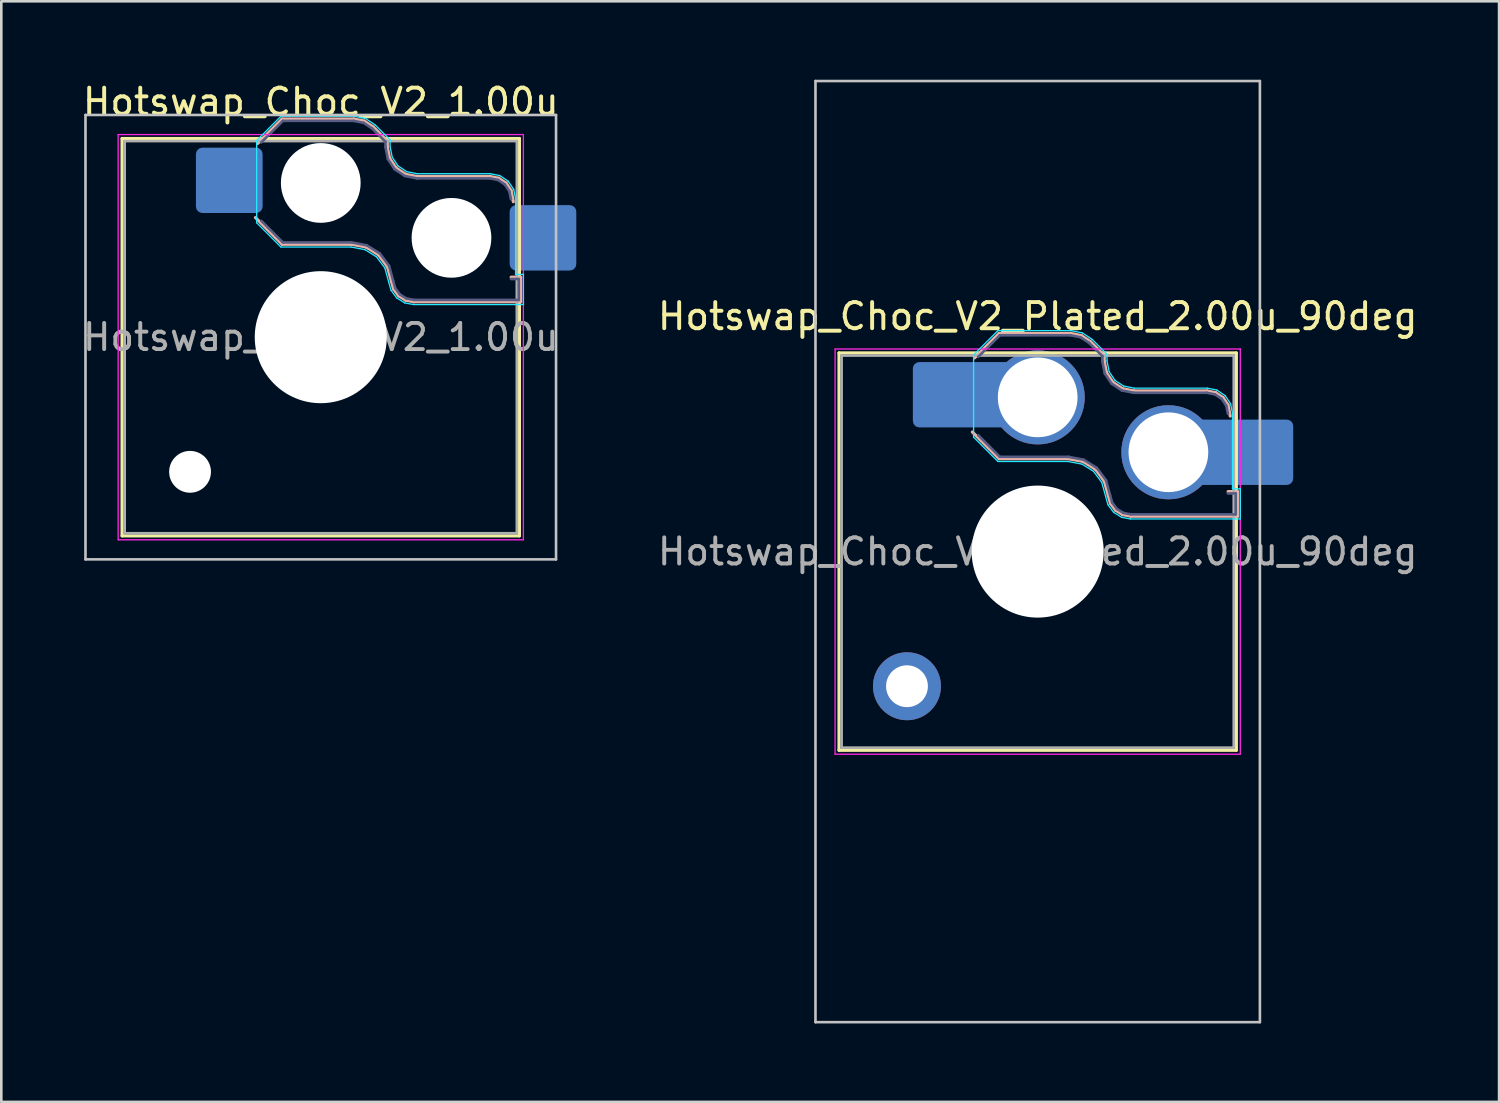
<source format=kicad_pcb>
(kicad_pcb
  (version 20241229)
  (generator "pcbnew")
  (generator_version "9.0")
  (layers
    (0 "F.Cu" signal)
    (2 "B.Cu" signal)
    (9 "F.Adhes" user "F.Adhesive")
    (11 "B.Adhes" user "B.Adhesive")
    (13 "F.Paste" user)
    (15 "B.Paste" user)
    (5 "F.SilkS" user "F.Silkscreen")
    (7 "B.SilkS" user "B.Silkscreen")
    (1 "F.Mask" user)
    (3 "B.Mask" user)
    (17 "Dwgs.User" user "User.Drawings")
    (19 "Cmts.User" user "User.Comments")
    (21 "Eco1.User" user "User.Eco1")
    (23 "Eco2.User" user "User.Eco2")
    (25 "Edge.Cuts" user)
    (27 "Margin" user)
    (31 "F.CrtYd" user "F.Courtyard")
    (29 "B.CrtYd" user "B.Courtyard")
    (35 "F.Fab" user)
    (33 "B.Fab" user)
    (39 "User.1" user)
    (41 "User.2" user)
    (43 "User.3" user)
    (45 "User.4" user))
  (footprint "Hotswap_Choc_V2_Plated_2.00u_90deg"
    (layer "F.Cu")
    (at 36.644 18.05)
    (property "Reference" "Hotswap_Choc_V2_Plated_2.00u_90deg" (at 0 -9 0) (layer "F.SilkS") (effects (font (size 1 1) (thickness 0.15))))
    (attr smd allow_soldermask_bridges)
    (fp_line (start -7.6 -7.6) (end -7.6 7.6) (stroke (width 0.12) (type solid)) (layer "F.SilkS"))
    (fp_line (start -7.6 7.6) (end 7.6 7.6) (stroke (width 0.12) (type solid)) (layer "F.SilkS"))
    (fp_line (start 7.6 -7.6) (end -7.6 -7.6) (stroke (width 0.12) (type solid)) (layer "F.SilkS"))
    (fp_line (start 7.6 7.6) (end 7.6 -7.6) (stroke (width 0.12) (type solid)) (layer "F.SilkS"))
    (fp_line (start -2.416 -7.409) (end -1.479 -8.346) (stroke (width 0.12) (type solid)) (layer "B.SilkS"))
    (fp_line (start -1.479 -8.346) (end 1.268 -8.346) (stroke (width 0.12) (type solid)) (layer "B.SilkS"))
    (fp_line (start -1.479 -3.554) (end -2.5 -4.575) (stroke (width 0.12) (type solid)) (layer "B.SilkS"))
    (fp_line (start 1.168 -3.554) (end -1.479 -3.554) (stroke (width 0.12) (type solid)) (layer "B.SilkS"))
    (fp_line (start 1.268 -8.346) (end 1.671 -8.266) (stroke (width 0.12) (type solid)) (layer "B.SilkS"))
    (fp_line (start 1.671 -8.266) (end 2.013 -8.037) (stroke (width 0.12) (type solid)) (layer "B.SilkS"))
    (fp_line (start 1.73 -3.449) (end 1.168 -3.554) (stroke (width 0.12) (type solid)) (layer "B.SilkS"))
    (fp_line (start 2.013 -8.037) (end 2.546 -7.504) (stroke (width 0.12) (type solid)) (layer "B.SilkS"))
    (fp_line (start 2.209 -3.15) (end 1.73 -3.449) (stroke (width 0.12) (type solid)) (layer "B.SilkS"))
    (fp_line (start 2.546 -7.504) (end 2.546 -7.282) (stroke (width 0.12) (type solid)) (layer "B.SilkS"))
    (fp_line (start 2.546 -7.282) (end 2.633 -6.844) (stroke (width 0.12) (type solid)) (layer "B.SilkS"))
    (fp_line (start 2.547 -2.697) (end 2.209 -3.15) (stroke (width 0.12) (type solid)) (layer "B.SilkS"))
    (fp_line (start 2.633 -6.844) (end 2.877 -6.477) (stroke (width 0.12) (type solid)) (layer "B.SilkS"))
    (fp_line (start 2.701 -2.139) (end 2.547 -2.697) (stroke (width 0.12) (type solid)) (layer "B.SilkS"))
    (fp_line (start 2.783 -1.841) (end 2.701 -2.139) (stroke (width 0.12) (type solid)) (layer "B.SilkS"))
    (fp_line (start 2.877 -6.477) (end 3.244 -6.233) (stroke (width 0.12) (type solid)) (layer "B.SilkS"))
    (fp_line (start 2.976 -1.583) (end 2.783 -1.841) (stroke (width 0.12) (type solid)) (layer "B.SilkS"))
    (fp_line (start 3.244 -6.233) (end 3.682 -6.146) (stroke (width 0.12) (type solid)) (layer "B.SilkS"))
    (fp_line (start 3.25 -1.413) (end 2.976 -1.583) (stroke (width 0.12) (type solid)) (layer "B.SilkS"))
    (fp_line (start 3.56 -1.354) (end 3.25 -1.413) (stroke (width 0.12) (type solid)) (layer "B.SilkS"))
    (fp_line (start 3.682 -6.146) (end 6.482 -6.146) (stroke (width 0.12) (type solid)) (layer "B.SilkS"))
    (fp_line (start 6.482 -6.146) (end 6.809 -6.081) (stroke (width 0.12) (type solid)) (layer "B.SilkS"))
    (fp_line (start 6.809 -6.081) (end 7.092 -5.892) (stroke (width 0.12) (type solid)) (layer "B.SilkS"))
    (fp_line (start 7.092 -5.892) (end 7.281 -5.609) (stroke (width 0.12) (type solid)) (layer "B.SilkS"))
    (fp_line (start 7.281 -5.609) (end 7.366 -5.182) (stroke (width 0.12) (type solid)) (layer "B.SilkS"))
    (fp_line (start 7.283 -2.296) (end 7.646 -2.296) (stroke (width 0.12) (type solid)) (layer "B.SilkS"))
    (fp_line (start 7.646 -2.296) (end 7.646 -1.354) (stroke (width 0.12) (type solid)) (layer "B.SilkS"))
    (fp_line (start 7.646 -1.354) (end 3.56 -1.354) (stroke (width 0.12) (type solid)) (layer "B.SilkS"))
    (fp_line (start -8.5 -18) (end 8.5 -18) (stroke (width 0.1) (type solid)) (layer "Dwgs.User"))
    (fp_line (start -8.5 18) (end -8.5 -18) (stroke (width 0.1) (type solid)) (layer "Dwgs.User"))
    (fp_line (start 8.5 -18) (end 8.5 18) (stroke (width 0.1) (type solid)) (layer "Dwgs.User"))
    (fp_line (start 8.5 18) (end -8.5 18) (stroke (width 0.1) (type solid)) (layer "Dwgs.User"))
    (fp_line (start -7.25 -7.25) (end -7.25 7.25) (stroke (width 0.1) (type solid)) (layer "Eco1.User"))
    (fp_line (start -7.25 7.25) (end 7.25 7.25) (stroke (width 0.1) (type solid)) (layer "Eco1.User"))
    (fp_line (start 7.25 -7.25) (end -7.25 -7.25) (stroke (width 0.1) (type solid)) (layer "Eco1.User"))
    (fp_line (start 7.25 7.25) (end 7.25 -7.25) (stroke (width 0.1) (type solid)) (layer "Eco1.User"))
    (fp_line (start -2.452 -7.523) (end -1.523 -8.452) (stroke (width 0.05) (type solid)) (layer "B.CrtYd"))
    (fp_line (start -2.452 -4.377) (end -2.452 -7.523) (stroke (width 0.05) (type solid)) (layer "B.CrtYd"))
    (fp_line (start -1.523 -8.452) (end 1.278 -8.452) (stroke (width 0.05) (type solid)) (layer "B.CrtYd"))
    (fp_line (start -1.523 -3.448) (end -2.452 -4.377) (stroke (width 0.05) (type solid)) (layer "B.CrtYd"))
    (fp_line (start 1.159 -3.448) (end -1.523 -3.448) (stroke (width 0.05) (type solid)) (layer "B.CrtYd"))
    (fp_line (start 1.278 -8.452) (end 1.712 -8.366) (stroke (width 0.05) (type solid)) (layer "B.CrtYd"))
    (fp_line (start 1.691 -3.348) (end 1.159 -3.448) (stroke (width 0.05) (type solid)) (layer "B.CrtYd"))
    (fp_line (start 1.712 -8.366) (end 2.081 -8.119) (stroke (width 0.05) (type solid)) (layer "B.CrtYd"))
    (fp_line (start 2.081 -8.119) (end 2.652 -7.548) (stroke (width 0.05) (type solid)) (layer "B.CrtYd"))
    (fp_line (start 2.136 -3.071) (end 1.691 -3.348) (stroke (width 0.05) (type solid)) (layer "B.CrtYd"))
    (fp_line (start 2.45 -2.65) (end 2.136 -3.071) (stroke (width 0.05) (type solid)) (layer "B.CrtYd"))
    (fp_line (start 2.599 -2.111) (end 2.45 -2.65) (stroke (width 0.05) (type solid)) (layer "B.CrtYd"))
    (fp_line (start 2.652 -7.548) (end 2.652 -7.292) (stroke (width 0.05) (type solid)) (layer "B.CrtYd"))
    (fp_line (start 2.652 -7.292) (end 2.733 -6.885) (stroke (width 0.05) (type solid)) (layer "B.CrtYd"))
    (fp_line (start 2.687 -1.794) (end 2.599 -2.111) (stroke (width 0.05) (type solid)) (layer "B.CrtYd"))
    (fp_line (start 2.733 -6.885) (end 2.953 -6.553) (stroke (width 0.05) (type solid)) (layer "B.CrtYd"))
    (fp_line (start 2.903 -1.503) (end 2.687 -1.794) (stroke (width 0.05) (type solid)) (layer "B.CrtYd"))
    (fp_line (start 2.953 -6.553) (end 3.285 -6.333) (stroke (width 0.05) (type solid)) (layer "B.CrtYd"))
    (fp_line (start 3.211 -1.312) (end 2.903 -1.503) (stroke (width 0.05) (type solid)) (layer "B.CrtYd"))
    (fp_line (start 3.285 -6.333) (end 3.692 -6.252) (stroke (width 0.05) (type solid)) (layer "B.CrtYd"))
    (fp_line (start 3.55 -1.248) (end 3.211 -1.312) (stroke (width 0.05) (type solid)) (layer "B.CrtYd"))
    (fp_line (start 3.692 -6.252) (end 6.492 -6.252) (stroke (width 0.05) (type solid)) (layer "B.CrtYd"))
    (fp_line (start 6.492 -6.252) (end 6.85 -6.181) (stroke (width 0.05) (type solid)) (layer "B.CrtYd"))
    (fp_line (start 6.85 -6.181) (end 7.168 -5.968) (stroke (width 0.05) (type solid)) (layer "B.CrtYd"))
    (fp_line (start 7.168 -5.968) (end 7.381 -5.65) (stroke (width 0.05) (type solid)) (layer "B.CrtYd"))
    (fp_line (start 7.381 -5.65) (end 7.452 -5.292) (stroke (width 0.05) (type solid)) (layer "B.CrtYd"))
    (fp_line (start 7.452 -5.292) (end 7.452 -2.402) (stroke (width 0.05) (type solid)) (layer "B.CrtYd"))
    (fp_line (start 7.452 -2.402) (end 7.752 -2.402) (stroke (width 0.05) (type solid)) (layer "B.CrtYd"))
    (fp_line (start 7.752 -2.402) (end 7.752 -1.248) (stroke (width 0.05) (type solid)) (layer "B.CrtYd"))
    (fp_line (start 7.752 -1.248) (end 3.55 -1.248) (stroke (width 0.05) (type solid)) (layer "B.CrtYd"))
    (fp_line (start -7.75 -7.75) (end -7.75 7.75) (stroke (width 0.05) (type solid)) (layer "F.CrtYd"))
    (fp_line (start -7.75 7.75) (end 7.75 7.75) (stroke (width 0.05) (type solid)) (layer "F.CrtYd"))
    (fp_line (start 7.75 -7.75) (end -7.75 -7.75) (stroke (width 0.05) (type solid)) (layer "F.CrtYd"))
    (fp_line (start 7.75 7.75) (end 7.75 -7.75) (stroke (width 0.05) (type solid)) (layer "F.CrtYd"))
    (fp_line (start -2.275 -7.45) (end -1.45 -8.275) (stroke (width 0.1) (type solid)) (layer "B.Fab"))
    (fp_line (start -1.45 -8.275) (end 1.261 -8.275) (stroke (width 0.1) (type solid)) (layer "B.Fab"))
    (fp_line (start -1.45 -3.625) (end -2.275 -4.45) (stroke (width 0.1) (type solid)) (layer "B.Fab"))
    (fp_line (start 1.175 -3.625) (end -1.45 -3.625) (stroke (width 0.1) (type solid)) (layer "B.Fab"))
    (fp_line (start 1.261 -8.275) (end 1.643 -8.199) (stroke (width 0.1) (type solid)) (layer "B.Fab"))
    (fp_line (start 1.643 -8.199) (end 1.968 -7.982) (stroke (width 0.1) (type solid)) (layer "B.Fab"))
    (fp_line (start 1.756 -3.516) (end 1.175 -3.625) (stroke (width 0.1) (type solid)) (layer "B.Fab"))
    (fp_line (start 1.968 -7.982) (end 2.475 -7.475) (stroke (width 0.1) (type solid)) (layer "B.Fab"))
    (fp_line (start 2.258 -3.203) (end 1.756 -3.516) (stroke (width 0.1) (type solid)) (layer "B.Fab"))
    (fp_line (start 2.475 -7.475) (end 2.475 -7.275) (stroke (width 0.1) (type solid)) (layer "B.Fab"))
    (fp_line (start 2.475 -7.275) (end 2.566 -6.816) (stroke (width 0.1) (type solid)) (layer "B.Fab"))
    (fp_line (start 2.566 -6.816) (end 2.826 -6.426) (stroke (width 0.1) (type solid)) (layer "B.Fab"))
    (fp_line (start 2.612 -2.729) (end 2.258 -3.203) (stroke (width 0.1) (type solid)) (layer "B.Fab"))
    (fp_line (start 2.769 -2.158) (end 2.612 -2.729) (stroke (width 0.1) (type solid)) (layer "B.Fab"))
    (fp_line (start 2.826 -6.426) (end 3.216 -6.166) (stroke (width 0.1) (type solid)) (layer "B.Fab"))
    (fp_line (start 2.848 -1.873) (end 2.769 -2.158) (stroke (width 0.1) (type solid)) (layer "B.Fab"))
    (fp_line (start 3.025 -1.636) (end 2.848 -1.873) (stroke (width 0.1) (type solid)) (layer "B.Fab"))
    (fp_line (start 3.216 -6.166) (end 3.675 -6.075) (stroke (width 0.1) (type solid)) (layer "B.Fab"))
    (fp_line (start 3.276 -1.48) (end 3.025 -1.636) (stroke (width 0.1) (type solid)) (layer "B.Fab"))
    (fp_line (start 3.567 -1.425) (end 3.276 -1.48) (stroke (width 0.1) (type solid)) (layer "B.Fab"))
    (fp_line (start 3.675 -6.075) (end 6.475 -6.075) (stroke (width 0.1) (type solid)) (layer "B.Fab"))
    (fp_line (start 6.475 -6.075) (end 6.781 -6.014) (stroke (width 0.1) (type solid)) (layer "B.Fab"))
    (fp_line (start 6.781 -6.014) (end 7.041 -5.841) (stroke (width 0.1) (type solid)) (layer "B.Fab"))
    (fp_line (start 7.041 -5.841) (end 7.214 -5.581) (stroke (width 0.1) (type solid)) (layer "B.Fab"))
    (fp_line (start 7.214 -5.581) (end 7.275 -5.275) (stroke (width 0.1) (type solid)) (layer "B.Fab"))
    (fp_line (start 7.275 -2.225) (end 7.575 -2.225) (stroke (width 0.1) (type solid)) (layer "B.Fab"))
    (fp_line (start 7.575 -2.225) (end 7.575 -1.425) (stroke (width 0.1) (type solid)) (layer "B.Fab"))
    (fp_line (start 7.575 -1.425) (end 3.567 -1.425) (stroke (width 0.1) (type solid)) (layer "B.Fab"))
    (fp_line (start -7.5 -7.5) (end -7.5 7.5) (stroke (width 0.1) (type solid)) (layer "F.Fab"))
    (fp_line (start -7.5 7.5) (end 7.5 7.5) (stroke (width 0.1) (type solid)) (layer "F.Fab"))
    (fp_line (start 7.5 -7.5) (end -7.5 -7.5) (stroke (width 0.1) (type solid)) (layer "F.Fab"))
    (fp_line (start 7.5 7.5) (end 7.5 -7.5) (stroke (width 0.1) (type solid)) (layer "F.Fab"))
    (fp_text user "${REFERENCE}" (at 0 0 0) (layer "F.Fab") (effects (font (size 1 1) (thickness 0.15))))
    (pad "" thru_hole circle (at -5 5.15) (size 2.6 2.6) (drill 1.6) (layers "*.Cu" "*.Mask"))
    (pad "" smd roundrect (at -3.5 -6) (size 2.55 2.5) (layers "B.Mask" "B.Paste") (roundrect_rratio 0.1))
    (pad "" np_thru_hole circle (at 0 0) (size 5.05 5.05) (drill 5.05) (layers "*.Cu" "*.Mask"))
    (pad "" smd roundrect (at 8.5 -3.8) (size 2.55 2.5) (layers "B.Mask" "B.Paste") (roundrect_rratio 0.1))
    (pad "1" smd roundrect (at -2.85 -6) (size 3.85 2.5) (layers "B.Cu") (roundrect_rratio 0.1))
    (pad "1" thru_hole circle (at 0 -5.9) (size 3.6 3.6) (drill 3.05) (layers "*.Cu" "*.Mask"))
    (pad "2" thru_hole circle (at 5 -3.8) (size 3.6 3.6) (drill 3.05) (layers "*.Cu" "*.Mask"))
    (pad "2" smd roundrect (at 7.85 -3.8) (size 3.85 2.5) (layers "B.Cu") (roundrect_rratio 0.1)))
  (footprint "Hotswap_Choc_V2_1.00u"
    (layer "F.Cu")
    (at 9.22 9.848)
    (property "Reference" "Hotswap_Choc_V2_1.00u" (at 0 -9 0) (layer "F.SilkS") (effects (font (size 1 1) (thickness 0.15))))
    (attr smd)
    (fp_line (start -7.6 -7.6) (end -7.6 7.6) (stroke (width 0.12) (type solid)) (layer "F.SilkS"))
    (fp_line (start -7.6 7.6) (end 7.6 7.6) (stroke (width 0.12) (type solid)) (layer "F.SilkS"))
    (fp_line (start 7.6 -7.6) (end -7.6 -7.6) (stroke (width 0.12) (type solid)) (layer "F.SilkS"))
    (fp_line (start 7.6 7.6) (end 7.6 -7.6) (stroke (width 0.12) (type solid)) (layer "F.SilkS"))
    (fp_line (start -2.416 -7.409) (end -1.479 -8.346) (stroke (width 0.12) (type solid)) (layer "B.SilkS"))
    (fp_line (start -1.479 -8.346) (end 1.268 -8.346) (stroke (width 0.12) (type solid)) (layer "B.SilkS"))
    (fp_line (start -1.479 -3.554) (end -2.5 -4.575) (stroke (width 0.12) (type solid)) (layer "B.SilkS"))
    (fp_line (start 1.168 -3.554) (end -1.479 -3.554) (stroke (width 0.12) (type solid)) (layer "B.SilkS"))
    (fp_line (start 1.268 -8.346) (end 1.671 -8.266) (stroke (width 0.12) (type solid)) (layer "B.SilkS"))
    (fp_line (start 1.671 -8.266) (end 2.013 -8.037) (stroke (width 0.12) (type solid)) (layer "B.SilkS"))
    (fp_line (start 1.73 -3.449) (end 1.168 -3.554) (stroke (width 0.12) (type solid)) (layer "B.SilkS"))
    (fp_line (start 2.013 -8.037) (end 2.546 -7.504) (stroke (width 0.12) (type solid)) (layer "B.SilkS"))
    (fp_line (start 2.209 -3.15) (end 1.73 -3.449) (stroke (width 0.12) (type solid)) (layer "B.SilkS"))
    (fp_line (start 2.546 -7.504) (end 2.546 -7.282) (stroke (width 0.12) (type solid)) (layer "B.SilkS"))
    (fp_line (start 2.546 -7.282) (end 2.633 -6.844) (stroke (width 0.12) (type solid)) (layer "B.SilkS"))
    (fp_line (start 2.547 -2.697) (end 2.209 -3.15) (stroke (width 0.12) (type solid)) (layer "B.SilkS"))
    (fp_line (start 2.633 -6.844) (end 2.877 -6.477) (stroke (width 0.12) (type solid)) (layer "B.SilkS"))
    (fp_line (start 2.701 -2.139) (end 2.547 -2.697) (stroke (width 0.12) (type solid)) (layer "B.SilkS"))
    (fp_line (start 2.783 -1.841) (end 2.701 -2.139) (stroke (width 0.12) (type solid)) (layer "B.SilkS"))
    (fp_line (start 2.877 -6.477) (end 3.244 -6.233) (stroke (width 0.12) (type solid)) (layer "B.SilkS"))
    (fp_line (start 2.976 -1.583) (end 2.783 -1.841) (stroke (width 0.12) (type solid)) (layer "B.SilkS"))
    (fp_line (start 3.244 -6.233) (end 3.682 -6.146) (stroke (width 0.12) (type solid)) (layer "B.SilkS"))
    (fp_line (start 3.25 -1.413) (end 2.976 -1.583) (stroke (width 0.12) (type solid)) (layer "B.SilkS"))
    (fp_line (start 3.56 -1.354) (end 3.25 -1.413) (stroke (width 0.12) (type solid)) (layer "B.SilkS"))
    (fp_line (start 3.682 -6.146) (end 6.482 -6.146) (stroke (width 0.12) (type solid)) (layer "B.SilkS"))
    (fp_line (start 6.482 -6.146) (end 6.809 -6.081) (stroke (width 0.12) (type solid)) (layer "B.SilkS"))
    (fp_line (start 6.809 -6.081) (end 7.092 -5.892) (stroke (width 0.12) (type solid)) (layer "B.SilkS"))
    (fp_line (start 7.092 -5.892) (end 7.281 -5.609) (stroke (width 0.12) (type solid)) (layer "B.SilkS"))
    (fp_line (start 7.281 -5.609) (end 7.366 -5.182) (stroke (width 0.12) (type solid)) (layer "B.SilkS"))
    (fp_line (start 7.283 -2.296) (end 7.646 -2.296) (stroke (width 0.12) (type solid)) (layer "B.SilkS"))
    (fp_line (start 7.646 -2.296) (end 7.646 -1.354) (stroke (width 0.12) (type solid)) (layer "B.SilkS"))
    (fp_line (start 7.646 -1.354) (end 3.56 -1.354) (stroke (width 0.12) (type solid)) (layer "B.SilkS"))
    (fp_line (start -9 -8.5) (end -9 8.5) (stroke (width 0.1) (type solid)) (layer "Dwgs.User"))
    (fp_line (start -9 8.5) (end 9 8.5) (stroke (width 0.1) (type solid)) (layer "Dwgs.User"))
    (fp_line (start 9 -8.5) (end -9 -8.5) (stroke (width 0.1) (type solid)) (layer "Dwgs.User"))
    (fp_line (start 9 8.5) (end 9 -8.5) (stroke (width 0.1) (type solid)) (layer "Dwgs.User"))
    (fp_line (start -7.25 -7.25) (end -7.25 7.25) (stroke (width 0.1) (type solid)) (layer "Eco1.User"))
    (fp_line (start -7.25 7.25) (end 7.25 7.25) (stroke (width 0.1) (type solid)) (layer "Eco1.User"))
    (fp_line (start 7.25 -7.25) (end -7.25 -7.25) (stroke (width 0.1) (type solid)) (layer "Eco1.User"))
    (fp_line (start 7.25 7.25) (end 7.25 -7.25) (stroke (width 0.1) (type solid)) (layer "Eco1.User"))
    (fp_line (start -2.452 -7.523) (end -1.523 -8.452) (stroke (width 0.05) (type solid)) (layer "B.CrtYd"))
    (fp_line (start -2.452 -4.377) (end -2.452 -7.523) (stroke (width 0.05) (type solid)) (layer "B.CrtYd"))
    (fp_line (start -1.523 -8.452) (end 1.278 -8.452) (stroke (width 0.05) (type solid)) (layer "B.CrtYd"))
    (fp_line (start -1.523 -3.448) (end -2.452 -4.377) (stroke (width 0.05) (type solid)) (layer "B.CrtYd"))
    (fp_line (start 1.159 -3.448) (end -1.523 -3.448) (stroke (width 0.05) (type solid)) (layer "B.CrtYd"))
    (fp_line (start 1.278 -8.452) (end 1.712 -8.366) (stroke (width 0.05) (type solid)) (layer "B.CrtYd"))
    (fp_line (start 1.691 -3.348) (end 1.159 -3.448) (stroke (width 0.05) (type solid)) (layer "B.CrtYd"))
    (fp_line (start 1.712 -8.366) (end 2.081 -8.119) (stroke (width 0.05) (type solid)) (layer "B.CrtYd"))
    (fp_line (start 2.081 -8.119) (end 2.652 -7.548) (stroke (width 0.05) (type solid)) (layer "B.CrtYd"))
    (fp_line (start 2.136 -3.071) (end 1.691 -3.348) (stroke (width 0.05) (type solid)) (layer "B.CrtYd"))
    (fp_line (start 2.45 -2.65) (end 2.136 -3.071) (stroke (width 0.05) (type solid)) (layer "B.CrtYd"))
    (fp_line (start 2.599 -2.111) (end 2.45 -2.65) (stroke (width 0.05) (type solid)) (layer "B.CrtYd"))
    (fp_line (start 2.652 -7.548) (end 2.652 -7.292) (stroke (width 0.05) (type solid)) (layer "B.CrtYd"))
    (fp_line (start 2.652 -7.292) (end 2.733 -6.885) (stroke (width 0.05) (type solid)) (layer "B.CrtYd"))
    (fp_line (start 2.687 -1.794) (end 2.599 -2.111) (stroke (width 0.05) (type solid)) (layer "B.CrtYd"))
    (fp_line (start 2.733 -6.885) (end 2.953 -6.553) (stroke (width 0.05) (type solid)) (layer "B.CrtYd"))
    (fp_line (start 2.903 -1.503) (end 2.687 -1.794) (stroke (width 0.05) (type solid)) (layer "B.CrtYd"))
    (fp_line (start 2.953 -6.553) (end 3.285 -6.333) (stroke (width 0.05) (type solid)) (layer "B.CrtYd"))
    (fp_line (start 3.211 -1.312) (end 2.903 -1.503) (stroke (width 0.05) (type solid)) (layer "B.CrtYd"))
    (fp_line (start 3.285 -6.333) (end 3.692 -6.252) (stroke (width 0.05) (type solid)) (layer "B.CrtYd"))
    (fp_line (start 3.55 -1.248) (end 3.211 -1.312) (stroke (width 0.05) (type solid)) (layer "B.CrtYd"))
    (fp_line (start 3.692 -6.252) (end 6.492 -6.252) (stroke (width 0.05) (type solid)) (layer "B.CrtYd"))
    (fp_line (start 6.492 -6.252) (end 6.85 -6.181) (stroke (width 0.05) (type solid)) (layer "B.CrtYd"))
    (fp_line (start 6.85 -6.181) (end 7.168 -5.968) (stroke (width 0.05) (type solid)) (layer "B.CrtYd"))
    (fp_line (start 7.168 -5.968) (end 7.381 -5.65) (stroke (width 0.05) (type solid)) (layer "B.CrtYd"))
    (fp_line (start 7.381 -5.65) (end 7.452 -5.292) (stroke (width 0.05) (type solid)) (layer "B.CrtYd"))
    (fp_line (start 7.452 -5.292) (end 7.452 -2.402) (stroke (width 0.05) (type solid)) (layer "B.CrtYd"))
    (fp_line (start 7.452 -2.402) (end 7.752 -2.402) (stroke (width 0.05) (type solid)) (layer "B.CrtYd"))
    (fp_line (start 7.752 -2.402) (end 7.752 -1.248) (stroke (width 0.05) (type solid)) (layer "B.CrtYd"))
    (fp_line (start 7.752 -1.248) (end 3.55 -1.248) (stroke (width 0.05) (type solid)) (layer "B.CrtYd"))
    (fp_line (start -7.75 -7.75) (end -7.75 7.75) (stroke (width 0.05) (type solid)) (layer "F.CrtYd"))
    (fp_line (start -7.75 7.75) (end 7.75 7.75) (stroke (width 0.05) (type solid)) (layer "F.CrtYd"))
    (fp_line (start 7.75 -7.75) (end -7.75 -7.75) (stroke (width 0.05) (type solid)) (layer "F.CrtYd"))
    (fp_line (start 7.75 7.75) (end 7.75 -7.75) (stroke (width 0.05) (type solid)) (layer "F.CrtYd"))
    (fp_line (start -2.275 -7.45) (end -1.45 -8.275) (stroke (width 0.1) (type solid)) (layer "B.Fab"))
    (fp_line (start -1.45 -8.275) (end 1.261 -8.275) (stroke (width 0.1) (type solid)) (layer "B.Fab"))
    (fp_line (start -1.45 -3.625) (end -2.275 -4.45) (stroke (width 0.1) (type solid)) (layer "B.Fab"))
    (fp_line (start 1.175 -3.625) (end -1.45 -3.625) (stroke (width 0.1) (type solid)) (layer "B.Fab"))
    (fp_line (start 1.261 -8.275) (end 1.643 -8.199) (stroke (width 0.1) (type solid)) (layer "B.Fab"))
    (fp_line (start 1.643 -8.199) (end 1.968 -7.982) (stroke (width 0.1) (type solid)) (layer "B.Fab"))
    (fp_line (start 1.756 -3.516) (end 1.175 -3.625) (stroke (width 0.1) (type solid)) (layer "B.Fab"))
    (fp_line (start 1.968 -7.982) (end 2.475 -7.475) (stroke (width 0.1) (type solid)) (layer "B.Fab"))
    (fp_line (start 2.258 -3.203) (end 1.756 -3.516) (stroke (width 0.1) (type solid)) (layer "B.Fab"))
    (fp_line (start 2.475 -7.475) (end 2.475 -7.275) (stroke (width 0.1) (type solid)) (layer "B.Fab"))
    (fp_line (start 2.475 -7.275) (end 2.566 -6.816) (stroke (width 0.1) (type solid)) (layer "B.Fab"))
    (fp_line (start 2.566 -6.816) (end 2.826 -6.426) (stroke (width 0.1) (type solid)) (layer "B.Fab"))
    (fp_line (start 2.612 -2.729) (end 2.258 -3.203) (stroke (width 0.1) (type solid)) (layer "B.Fab"))
    (fp_line (start 2.769 -2.158) (end 2.612 -2.729) (stroke (width 0.1) (type solid)) (layer "B.Fab"))
    (fp_line (start 2.826 -6.426) (end 3.216 -6.166) (stroke (width 0.1) (type solid)) (layer "B.Fab"))
    (fp_line (start 2.848 -1.873) (end 2.769 -2.158) (stroke (width 0.1) (type solid)) (layer "B.Fab"))
    (fp_line (start 3.025 -1.636) (end 2.848 -1.873) (stroke (width 0.1) (type solid)) (layer "B.Fab"))
    (fp_line (start 3.216 -6.166) (end 3.675 -6.075) (stroke (width 0.1) (type solid)) (layer "B.Fab"))
    (fp_line (start 3.276 -1.48) (end 3.025 -1.636) (stroke (width 0.1) (type solid)) (layer "B.Fab"))
    (fp_line (start 3.567 -1.425) (end 3.276 -1.48) (stroke (width 0.1) (type solid)) (layer "B.Fab"))
    (fp_line (start 3.675 -6.075) (end 6.475 -6.075) (stroke (width 0.1) (type solid)) (layer "B.Fab"))
    (fp_line (start 6.475 -6.075) (end 6.781 -6.014) (stroke (width 0.1) (type solid)) (layer "B.Fab"))
    (fp_line (start 6.781 -6.014) (end 7.041 -5.841) (stroke (width 0.1) (type solid)) (layer "B.Fab"))
    (fp_line (start 7.041 -5.841) (end 7.214 -5.581) (stroke (width 0.1) (type solid)) (layer "B.Fab"))
    (fp_line (start 7.214 -5.581) (end 7.275 -5.275) (stroke (width 0.1) (type solid)) (layer "B.Fab"))
    (fp_line (start 7.275 -2.225) (end 7.575 -2.225) (stroke (width 0.1) (type solid)) (layer "B.Fab"))
    (fp_line (start 7.575 -2.225) (end 7.575 -1.425) (stroke (width 0.1) (type solid)) (layer "B.Fab"))
    (fp_line (start 7.575 -1.425) (end 3.567 -1.425) (stroke (width 0.1) (type solid)) (layer "B.Fab"))
    (fp_line (start -7.5 -7.5) (end -7.5 7.5) (stroke (width 0.1) (type solid)) (layer "F.Fab"))
    (fp_line (start -7.5 7.5) (end 7.5 7.5) (stroke (width 0.1) (type solid)) (layer "F.Fab"))
    (fp_line (start 7.5 -7.5) (end -7.5 -7.5) (stroke (width 0.1) (type solid)) (layer "F.Fab"))
    (fp_line (start 7.5 7.5) (end 7.5 -7.5) (stroke (width 0.1) (type solid)) (layer "F.Fab"))
    (fp_text user "${REFERENCE}" (at 0 0 0) (layer "F.Fab") (effects (font (size 1 1) (thickness 0.15))))
    (pad "" np_thru_hole circle (at -5 5.15) (size 1.6 1.6) (drill 1.6) (layers "*.Cu" "*.Mask"))
    (pad "" np_thru_hole circle (at 0 -5.9) (size 3.05 3.05) (drill 3.05) (layers "*.Cu" "*.Mask"))
    (pad "" np_thru_hole circle (at 0 0) (size 5.05 5.05) (drill 5.05) (layers "*.Cu" "*.Mask"))
    (pad "" np_thru_hole circle (at 5 -3.8) (size 3.05 3.05) (drill 3.05) (layers "*.Cu" "*.Mask"))
    (pad "1" smd roundrect (at -3.5 -6) (size 2.55 2.5) (layers "B.Cu" "B.Mask" "B.Paste") (roundrect_rratio 0.1))
    (pad "2" smd roundrect (at 8.5 -3.8) (size 2.55 2.5) (layers "B.Cu" "B.Mask" "B.Paste") (roundrect_rratio 0.1)))
  (gr_rect
    (start -3 -3)
    (end 54.293 39.1)
    (stroke (width 0.1) (type default))
    (fill no)
    (layer "Edge.Cuts")))
</source>
